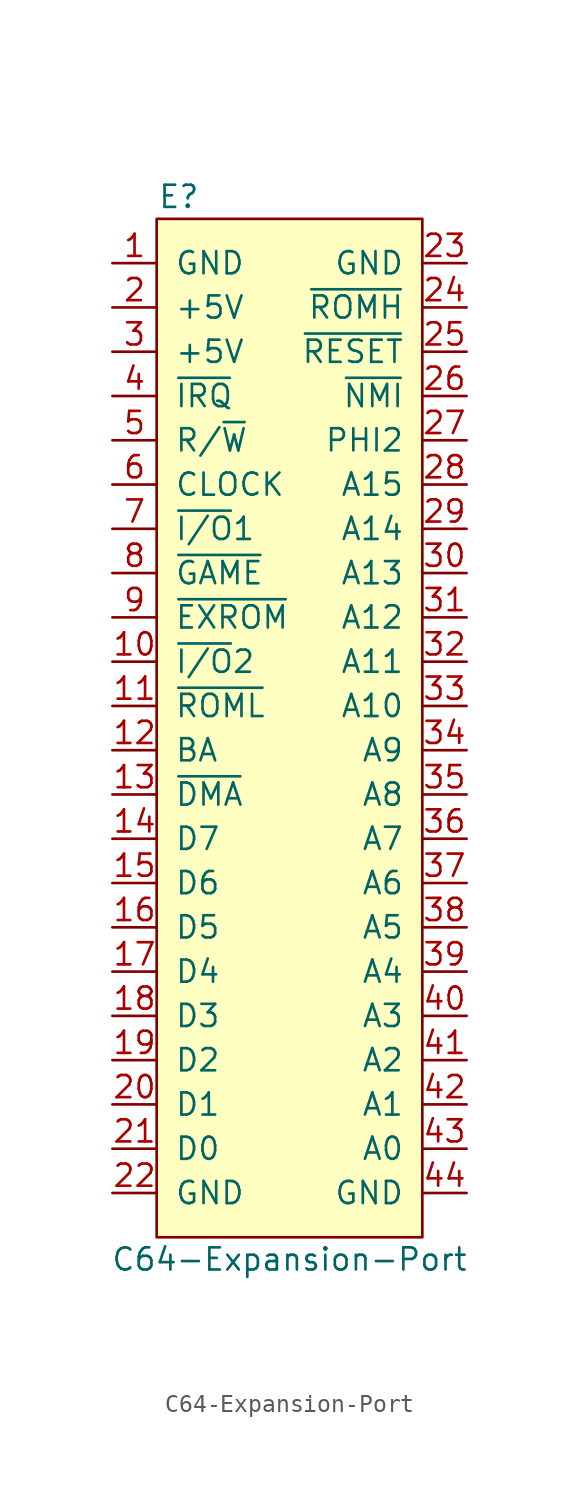
<source format=kicad_sym>
(kicad_symbol_lib
  (version 20211014)
  (generator kicad_symbol_editor)
  (symbol "C64-Expansion-Port"
    (pin_names
      (offset 1.016))
    (property "Reference" "E"
      (at -6.35 30.48 0)
      (effects (font (size 1.27 1.27))))
    (property "Value" "C64-Expansion-Port"
      (at 0 -30.48 0)
      (effects (font (size 1.27 1.27))))
    (symbol "C64-Expansion-Port_0_1"
      (rectangle (start -7.62 29.21) (end 7.62 -29.21) (stroke (width 0) (type default) (color 0 0 0 0)) (fill (type background))))
    (symbol "C64-Expansion-Port_1_1"
      (pin power_in line (at -10.16 26.67 0) (length 2.54) (name "GND" (effects (font (size 1.27 1.27)))) (number "1" (effects (font (size 1.27 1.27)))))
      (pin output line (at -10.16 3.81 0) (length 2.54) (name "~{I/O}2" (effects (font (size 1.27 1.27)))) (number "10" (effects (font (size 1.27 1.27)))))
      (pin output line (at -10.16 1.27 0) (length 2.54) (name "~{ROML}" (effects (font (size 1.27 1.27)))) (number "11" (effects (font (size 1.27 1.27)))))
      (pin output line (at -10.16 -1.27 0) (length 2.54) (name "BA" (effects (font (size 1.27 1.27)))) (number "12" (effects (font (size 1.27 1.27)))))
      (pin input line (at -10.16 -3.81 0) (length 2.54) (name "~{DMA}" (effects (font (size 1.27 1.27)))) (number "13" (effects (font (size 1.27 1.27)))))
      (pin bidirectional line (at -10.16 -6.35 0) (length 2.54) (name "D7" (effects (font (size 1.27 1.27)))) (number "14" (effects (font (size 1.27 1.27)))))
      (pin bidirectional line (at -10.16 -8.89 0) (length 2.54) (name "D6" (effects (font (size 1.27 1.27)))) (number "15" (effects (font (size 1.27 1.27)))))
      (pin bidirectional line (at -10.16 -11.43 0) (length 2.54) (name "D5" (effects (font (size 1.27 1.27)))) (number "16" (effects (font (size 1.27 1.27)))))
      (pin bidirectional line (at -10.16 -13.97 0) (length 2.54) (name "D4" (effects (font (size 1.27 1.27)))) (number "17" (effects (font (size 1.27 1.27)))))
      (pin bidirectional line (at -10.16 -16.51 0) (length 2.54) (name "D3" (effects (font (size 1.27 1.27)))) (number "18" (effects (font (size 1.27 1.27)))))
      (pin bidirectional line (at -10.16 -19.05 0) (length 2.54) (name "D2" (effects (font (size 1.27 1.27)))) (number "19" (effects (font (size 1.27 1.27)))))
      (pin power_in line (at -10.16 24.13 0) (length 2.54) (name "+5V" (effects (font (size 1.27 1.27)))) (number "2" (effects (font (size 1.27 1.27)))))
      (pin bidirectional line (at -10.16 -21.59 0) (length 2.54) (name "D1" (effects (font (size 1.27 1.27)))) (number "20" (effects (font (size 1.27 1.27)))))
      (pin bidirectional line (at -10.16 -24.13 0) (length 2.54) (name "D0" (effects (font (size 1.27 1.27)))) (number "21" (effects (font (size 1.27 1.27)))))
      (pin power_in line (at -10.16 -26.67 0) (length 2.54) (name "GND" (effects (font (size 1.27 1.27)))) (number "22" (effects (font (size 1.27 1.27)))))
      (pin power_in line (at 10.16 26.67 180) (length 2.54) (name "GND" (effects (font (size 1.27 1.27)))) (number "23" (effects (font (size 1.27 1.27)))))
      (pin output line (at 10.16 24.13 180) (length 2.54) (name "~{ROMH}" (effects (font (size 1.27 1.27)))) (number "24" (effects (font (size 1.27 1.27)))))
      (pin open_collector line (at 10.16 21.59 180) (length 2.54) (name "~{RESET}" (effects (font (size 1.27 1.27)))) (number "25" (effects (font (size 1.27 1.27)))))
      (pin input line (at 10.16 19.05 180) (length 2.54) (name "~{NMI}" (effects (font (size 1.27 1.27)))) (number "26" (effects (font (size 1.27 1.27)))))
      (pin output line (at 10.16 16.51 180) (length 2.54) (name "PHI2" (effects (font (size 1.27 1.27)))) (number "27" (effects (font (size 1.27 1.27)))))
      (pin bidirectional line (at 10.16 13.97 180) (length 2.54) (name "A15" (effects (font (size 1.27 1.27)))) (number "28" (effects (font (size 1.27 1.27)))))
      (pin bidirectional line (at 10.16 11.43 180) (length 2.54) (name "A14" (effects (font (size 1.27 1.27)))) (number "29" (effects (font (size 1.27 1.27)))))
      (pin power_in line (at -10.16 21.59 0) (length 2.54) (name "+5V" (effects (font (size 1.27 1.27)))) (number "3" (effects (font (size 1.27 1.27)))))
      (pin bidirectional line (at 10.16 8.89 180) (length 2.54) (name "A13" (effects (font (size 1.27 1.27)))) (number "30" (effects (font (size 1.27 1.27)))))
      (pin bidirectional line (at 10.16 6.35 180) (length 2.54) (name "A12" (effects (font (size 1.27 1.27)))) (number "31" (effects (font (size 1.27 1.27)))))
      (pin bidirectional line (at 10.16 3.81 180) (length 2.54) (name "A11" (effects (font (size 1.27 1.27)))) (number "32" (effects (font (size 1.27 1.27)))))
      (pin bidirectional line (at 10.16 1.27 180) (length 2.54) (name "A10" (effects (font (size 1.27 1.27)))) (number "33" (effects (font (size 1.27 1.27)))))
      (pin bidirectional line (at 10.16 -1.27 180) (length 2.54) (name "A9" (effects (font (size 1.27 1.27)))) (number "34" (effects (font (size 1.27 1.27)))))
      (pin bidirectional line (at 10.16 -3.81 180) (length 2.54) (name "A8" (effects (font (size 1.27 1.27)))) (number "35" (effects (font (size 1.27 1.27)))))
      (pin bidirectional line (at 10.16 -6.35 180) (length 2.54) (name "A7" (effects (font (size 1.27 1.27)))) (number "36" (effects (font (size 1.27 1.27)))))
      (pin bidirectional line (at 10.16 -8.89 180) (length 2.54) (name "A6" (effects (font (size 1.27 1.27)))) (number "37" (effects (font (size 1.27 1.27)))))
      (pin bidirectional line (at 10.16 -11.43 180) (length 2.54) (name "A5" (effects (font (size 1.27 1.27)))) (number "38" (effects (font (size 1.27 1.27)))))
      (pin bidirectional line (at 10.16 -13.97 180) (length 2.54) (name "A4" (effects (font (size 1.27 1.27)))) (number "39" (effects (font (size 1.27 1.27)))))
      (pin input line (at -10.16 19.05 0) (length 2.54) (name "~{IRQ}" (effects (font (size 1.27 1.27)))) (number "4" (effects (font (size 1.27 1.27)))))
      (pin bidirectional line (at 10.16 -16.51 180) (length 2.54) (name "A3" (effects (font (size 1.27 1.27)))) (number "40" (effects (font (size 1.27 1.27)))))
      (pin bidirectional line (at 10.16 -19.05 180) (length 2.54) (name "A2" (effects (font (size 1.27 1.27)))) (number "41" (effects (font (size 1.27 1.27)))))
      (pin bidirectional line (at 10.16 -21.59 180) (length 2.54) (name "A1" (effects (font (size 1.27 1.27)))) (number "42" (effects (font (size 1.27 1.27)))))
      (pin bidirectional line (at 10.16 -24.13 180) (length 2.54) (name "A0" (effects (font (size 1.27 1.27)))) (number "43" (effects (font (size 1.27 1.27)))))
      (pin power_in line (at 10.16 -26.67 180) (length 2.54) (name "GND" (effects (font (size 1.27 1.27)))) (number "44" (effects (font (size 1.27 1.27)))))
      (pin output line (at -10.16 16.51 0) (length 2.54) (name "R/~{W}" (effects (font (size 1.27 1.27)))) (number "5" (effects (font (size 1.27 1.27)))))
      (pin output line (at -10.16 13.97 0) (length 2.54) (name "CLOCK" (effects (font (size 1.27 1.27)))) (number "6" (effects (font (size 1.27 1.27)))))
      (pin output line (at -10.16 11.43 0) (length 2.54) (name "~{I/O}1" (effects (font (size 1.27 1.27)))) (number "7" (effects (font (size 1.27 1.27)))))
      (pin input line (at -10.16 8.89 0) (length 2.54) (name "~{GAME}" (effects (font (size 1.27 1.27)))) (number "8" (effects (font (size 1.27 1.27)))))
      (pin input line (at -10.16 6.35 0) (length 2.54) (name "~{EXROM}" (effects (font (size 1.27 1.27)))) (number "9" (effects (font (size 1.27 1.27))))))))
</source>
